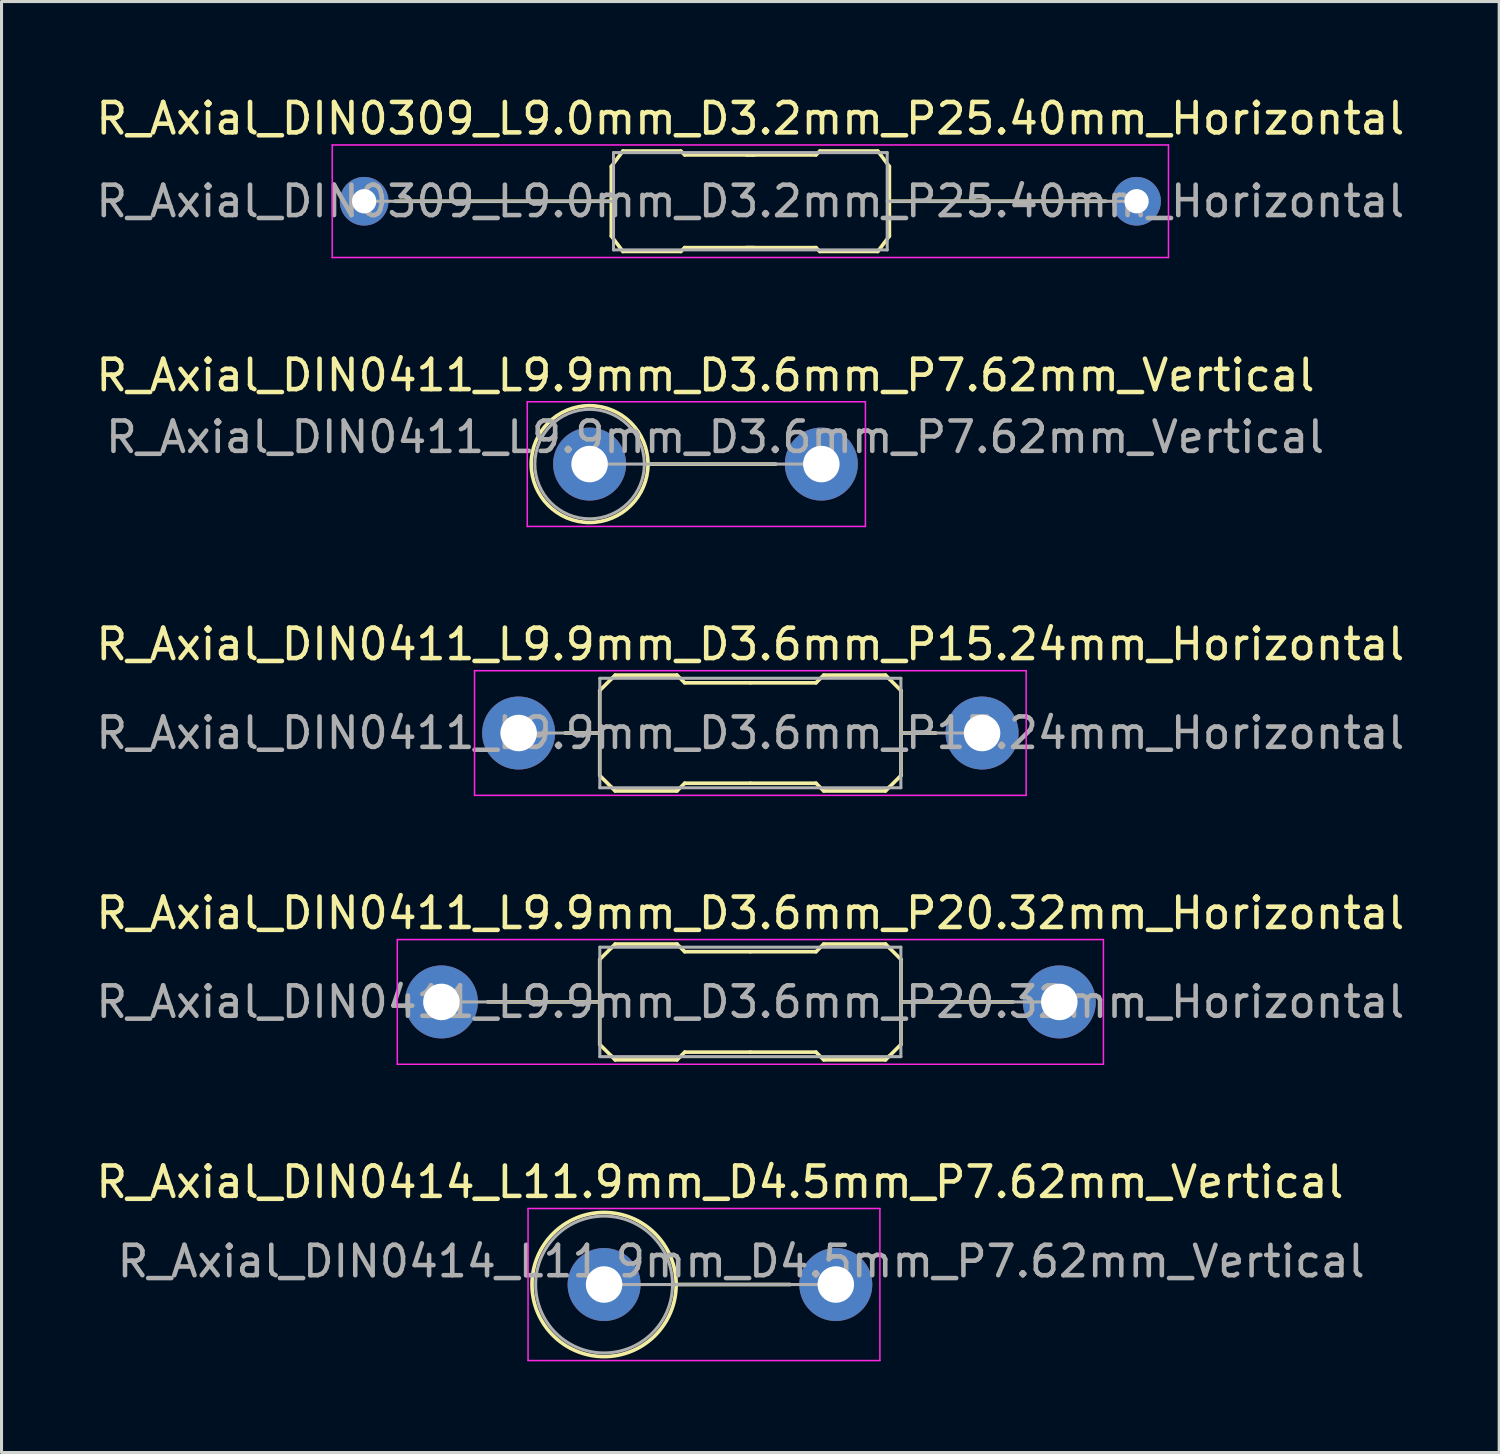
<source format=kicad_pcb>
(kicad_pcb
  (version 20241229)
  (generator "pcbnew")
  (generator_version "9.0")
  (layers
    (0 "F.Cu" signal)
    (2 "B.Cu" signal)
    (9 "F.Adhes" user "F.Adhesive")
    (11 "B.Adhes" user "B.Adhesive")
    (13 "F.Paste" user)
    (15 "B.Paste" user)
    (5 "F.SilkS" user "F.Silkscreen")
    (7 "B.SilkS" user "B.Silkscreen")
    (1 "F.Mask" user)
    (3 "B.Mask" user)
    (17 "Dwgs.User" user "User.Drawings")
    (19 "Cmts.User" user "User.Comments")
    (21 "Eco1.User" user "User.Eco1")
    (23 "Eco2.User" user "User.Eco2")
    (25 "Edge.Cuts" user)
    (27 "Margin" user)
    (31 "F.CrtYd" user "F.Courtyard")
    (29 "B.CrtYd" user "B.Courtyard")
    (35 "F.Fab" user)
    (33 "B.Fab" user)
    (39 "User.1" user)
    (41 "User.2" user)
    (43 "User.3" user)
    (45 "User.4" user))
  (footprint "R_Axial_DIN0411_L9.9mm_D3.6mm_P15.24mm_Horizontal"
    (layer "F.Cu")
    (at 14.005 21.055)
    (property "Reference" "R_Axial_DIN0411_L9.9mm_D3.6mm_P15.24mm_Horizontal" (at 7.62 -2.92 0) (layer "F.SilkS") (effects (font (size 1 1) (thickness 0.15))))
    (attr through_hole)
    (fp_line (start 2.667 -1.397) (end 3.048 -1.778) (stroke (width 0.12) (type solid)) (layer "F.SilkS"))
    (fp_line (start 2.667 0) (end 1.524 0) (stroke (width 0.12) (type solid)) (layer "F.SilkS"))
    (fp_line (start 2.667 1.397) (end 2.667 -1.397) (stroke (width 0.12) (type solid)) (layer "F.SilkS"))
    (fp_line (start 2.667 1.397) (end 3.048 1.778) (stroke (width 0.12) (type solid)) (layer "F.SilkS"))
    (fp_line (start 3.048 -1.778) (end 3.175 -1.905) (stroke (width 0.12) (type solid)) (layer "F.SilkS"))
    (fp_line (start 3.048 1.778) (end 3.175 1.905) (stroke (width 0.12) (type solid)) (layer "F.SilkS"))
    (fp_line (start 3.175 -1.905) (end 5.207 -1.905) (stroke (width 0.12) (type solid)) (layer "F.SilkS"))
    (fp_line (start 3.175 1.905) (end 5.207 1.905) (stroke (width 0.12) (type solid)) (layer "F.SilkS"))
    (fp_line (start 5.207 -1.905) (end 5.461 -1.651) (stroke (width 0.12) (type solid)) (layer "F.SilkS"))
    (fp_line (start 5.207 1.905) (end 5.461 1.651) (stroke (width 0.12) (type solid)) (layer "F.SilkS"))
    (fp_line (start 5.461 -1.651) (end 7.62 -1.651) (stroke (width 0.12) (type solid)) (layer "F.SilkS"))
    (fp_line (start 5.461 1.651) (end 7.62 1.651) (stroke (width 0.12) (type solid)) (layer "F.SilkS"))
    (fp_line (start 9.779 -1.651) (end 7.62 -1.651) (stroke (width 0.12) (type solid)) (layer "F.SilkS"))
    (fp_line (start 9.779 1.651) (end 7.62 1.651) (stroke (width 0.12) (type solid)) (layer "F.SilkS"))
    (fp_line (start 10.033 -1.905) (end 9.779 -1.651) (stroke (width 0.12) (type solid)) (layer "F.SilkS"))
    (fp_line (start 10.033 1.905) (end 9.779 1.651) (stroke (width 0.12) (type solid)) (layer "F.SilkS"))
    (fp_line (start 12.065 -1.905) (end 10.033 -1.905) (stroke (width 0.12) (type solid)) (layer "F.SilkS"))
    (fp_line (start 12.065 1.905) (end 10.033 1.905) (stroke (width 0.12) (type solid)) (layer "F.SilkS"))
    (fp_line (start 12.192 -1.778) (end 12.065 -1.905) (stroke (width 0.12) (type solid)) (layer "F.SilkS"))
    (fp_line (start 12.192 1.778) (end 12.065 1.905) (stroke (width 0.12) (type solid)) (layer "F.SilkS"))
    (fp_line (start 12.573 -1.397) (end 12.192 -1.778) (stroke (width 0.12) (type solid)) (layer "F.SilkS"))
    (fp_line (start 12.573 0) (end 13.716 0) (stroke (width 0.12) (type solid)) (layer "F.SilkS"))
    (fp_line (start 12.573 1.397) (end 12.192 1.778) (stroke (width 0.12) (type solid)) (layer "F.SilkS"))
    (fp_line (start 12.573 1.397) (end 12.573 -1.397) (stroke (width 0.12) (type solid)) (layer "F.SilkS"))
    (fp_line (start -1.45 -2.05) (end -1.45 2.05) (stroke (width 0.05) (type solid)) (layer "F.CrtYd"))
    (fp_line (start -1.45 2.05) (end 16.69 2.05) (stroke (width 0.05) (type solid)) (layer "F.CrtYd"))
    (fp_line (start 16.69 -2.05) (end -1.45 -2.05) (stroke (width 0.05) (type solid)) (layer "F.CrtYd"))
    (fp_line (start 16.69 2.05) (end 16.69 -2.05) (stroke (width 0.05) (type solid)) (layer "F.CrtYd"))
    (fp_line (start 0 0) (end 2.67 0) (stroke (width 0.1) (type solid)) (layer "F.Fab"))
    (fp_line (start 2.67 -1.8) (end 2.67 1.8) (stroke (width 0.1) (type solid)) (layer "F.Fab"))
    (fp_line (start 2.67 1.8) (end 12.57 1.8) (stroke (width 0.1) (type solid)) (layer "F.Fab"))
    (fp_line (start 12.57 -1.8) (end 2.67 -1.8) (stroke (width 0.1) (type solid)) (layer "F.Fab"))
    (fp_line (start 12.57 1.8) (end 12.57 -1.8) (stroke (width 0.1) (type solid)) (layer "F.Fab"))
    (fp_line (start 15.24 0) (end 12.57 0) (stroke (width 0.1) (type solid)) (layer "F.Fab"))
    (fp_text user "${REFERENCE}" (at 7.62 0 0) (layer "F.Fab") (effects (font (size 1 1) (thickness 0.15))))
    (pad "1" thru_hole circle (at 0 0) (size 2.4 2.4) (drill 1.2) (layers "*.Cu" "*.Mask"))
    (pad "2" thru_hole oval (at 15.24 0) (size 2.4 2.4) (drill 1.2) (layers "*.Cu" "*.Mask")))
  (footprint "R_Axial_DIN0309_L9.0mm_D3.2mm_P25.40mm_Horizontal"
    (layer "F.Cu")
    (at 8.925 3.568)
    (property "Reference" "R_Axial_DIN0309_L9.0mm_D3.2mm_P25.40mm_Horizontal" (at 12.7 -2.72 0) (layer "F.SilkS") (effects (font (size 1 1) (thickness 0.15))))
    (attr through_hole)
    (fp_line (start 8.128 -1.143) (end 8.509 -1.651) (stroke (width 0.12) (type solid)) (layer "F.SilkS"))
    (fp_line (start 8.128 0) (end 1.016 0) (stroke (width 0.12) (type solid)) (layer "F.SilkS"))
    (fp_line (start 8.128 1.143) (end 8.128 -1.143) (stroke (width 0.12) (type solid)) (layer "F.SilkS"))
    (fp_line (start 8.128 1.143) (end 8.509 1.651) (stroke (width 0.12) (type solid)) (layer "F.SilkS"))
    (fp_line (start 8.509 -1.651) (end 10.414 -1.651) (stroke (width 0.12) (type solid)) (layer "F.SilkS"))
    (fp_line (start 8.509 1.651) (end 10.414 1.651) (stroke (width 0.12) (type solid)) (layer "F.SilkS"))
    (fp_line (start 10.414 -1.651) (end 10.541 -1.524) (stroke (width 0.12) (type solid)) (layer "F.SilkS"))
    (fp_line (start 10.414 1.651) (end 10.541 1.524) (stroke (width 0.12) (type solid)) (layer "F.SilkS"))
    (fp_line (start 10.541 -1.524) (end 12.827 -1.524) (stroke (width 0.12) (type solid)) (layer "F.SilkS"))
    (fp_line (start 10.541 1.524) (end 12.827 1.524) (stroke (width 0.12) (type solid)) (layer "F.SilkS"))
    (fp_line (start 14.859 -1.524) (end 12.573 -1.524) (stroke (width 0.12) (type solid)) (layer "F.SilkS"))
    (fp_line (start 14.859 1.524) (end 12.573 1.524) (stroke (width 0.12) (type solid)) (layer "F.SilkS"))
    (fp_line (start 14.986 -1.651) (end 14.859 -1.524) (stroke (width 0.12) (type solid)) (layer "F.SilkS"))
    (fp_line (start 14.986 1.651) (end 14.859 1.524) (stroke (width 0.12) (type solid)) (layer "F.SilkS"))
    (fp_line (start 16.891 -1.651) (end 14.986 -1.651) (stroke (width 0.12) (type solid)) (layer "F.SilkS"))
    (fp_line (start 16.891 1.651) (end 14.986 1.651) (stroke (width 0.12) (type solid)) (layer "F.SilkS"))
    (fp_line (start 17.272 -1.143) (end 16.891 -1.651) (stroke (width 0.12) (type solid)) (layer "F.SilkS"))
    (fp_line (start 17.272 0) (end 24.384 0) (stroke (width 0.12) (type solid)) (layer "F.SilkS"))
    (fp_line (start 17.272 1.143) (end 16.891 1.651) (stroke (width 0.12) (type solid)) (layer "F.SilkS"))
    (fp_line (start 17.272 1.143) (end 17.272 -1.143) (stroke (width 0.12) (type solid)) (layer "F.SilkS"))
    (fp_line (start -1.05 -1.85) (end -1.05 1.85) (stroke (width 0.05) (type solid)) (layer "F.CrtYd"))
    (fp_line (start -1.05 1.85) (end 26.45 1.85) (stroke (width 0.05) (type solid)) (layer "F.CrtYd"))
    (fp_line (start 26.45 -1.85) (end -1.05 -1.85) (stroke (width 0.05) (type solid)) (layer "F.CrtYd"))
    (fp_line (start 26.45 1.85) (end 26.45 -1.85) (stroke (width 0.05) (type solid)) (layer "F.CrtYd"))
    (fp_line (start 0 0) (end 8.2 0) (stroke (width 0.1) (type solid)) (layer "F.Fab"))
    (fp_line (start 8.2 -1.6) (end 8.2 1.6) (stroke (width 0.1) (type solid)) (layer "F.Fab"))
    (fp_line (start 8.2 1.6) (end 17.2 1.6) (stroke (width 0.1) (type solid)) (layer "F.Fab"))
    (fp_line (start 17.2 -1.6) (end 8.2 -1.6) (stroke (width 0.1) (type solid)) (layer "F.Fab"))
    (fp_line (start 17.2 1.6) (end 17.2 -1.6) (stroke (width 0.1) (type solid)) (layer "F.Fab"))
    (fp_line (start 25.4 0) (end 17.2 0) (stroke (width 0.1) (type solid)) (layer "F.Fab"))
    (fp_text user "${REFERENCE}" (at 12.7 0 0) (layer "F.Fab") (effects (font (size 1 1) (thickness 0.15))))
    (pad "1" thru_hole circle (at 0 0) (size 1.6 1.6) (drill 0.8) (layers "*.Cu" "*.Mask"))
    (pad "2" thru_hole oval (at 25.4 0) (size 1.6 1.6) (drill 0.8) (layers "*.Cu" "*.Mask")))
  (footprint "R_Axial_DIN0411_L9.9mm_D3.6mm_P7.62mm_Vertical"
    (layer "F.Cu")
    (at 16.339 12.211)
    (property "Reference" "R_Axial_DIN0411_L9.9mm_D3.6mm_P7.62mm_Vertical" (at 3.81 -2.92 0) (layer "F.SilkS") (effects (font (size 1 1) (thickness 0.15))))
    (attr through_hole)
    (fp_line (start 1.92 0) (end 6.12 0) (stroke (width 0.12) (type solid)) (layer "F.SilkS"))
    (fp_circle (center 0 0) (end 1.92 0) (stroke (width 0.12) (type solid)) (fill no) (layer "F.SilkS"))
    (fp_line (start -2.05 -2.05) (end -2.05 2.05) (stroke (width 0.05) (type solid)) (layer "F.CrtYd"))
    (fp_line (start -2.05 2.05) (end 9.07 2.05) (stroke (width 0.05) (type solid)) (layer "F.CrtYd"))
    (fp_line (start 9.07 -2.05) (end -2.05 -2.05) (stroke (width 0.05) (type solid)) (layer "F.CrtYd"))
    (fp_line (start 9.07 2.05) (end 9.07 -2.05) (stroke (width 0.05) (type solid)) (layer "F.CrtYd"))
    (fp_line (start 0 0) (end 7.62 0) (stroke (width 0.1) (type solid)) (layer "F.Fab"))
    (fp_circle (center 0 0) (end 1.8 0) (stroke (width 0.1) (type solid)) (fill no) (layer "F.Fab"))
    (fp_text user "${REFERENCE}" (at 4.128 -0.889 0) (layer "F.Fab") (effects (font (size 1 1) (thickness 0.15))))
    (pad "1" thru_hole circle (at 0 0) (size 2.4 2.4) (drill 1.2) (layers "*.Cu" "*.Mask"))
    (pad "2" thru_hole oval (at 7.62 0) (size 2.4 2.4) (drill 1.2) (layers "*.Cu" "*.Mask")))
  (footprint "R_Axial_DIN0414_L11.9mm_D4.5mm_P7.62mm_Vertical"
    (layer "F.Cu")
    (at 16.815 39.191)
    (property "Reference" "R_Axial_DIN0414_L11.9mm_D4.5mm_P7.62mm_Vertical" (at 3.81 -3.37 0) (layer "F.SilkS") (effects (font (size 1 1) (thickness 0.15))))
    (attr through_hole)
    (fp_line (start 2.37 0) (end 6.12 0) (stroke (width 0.12) (type solid)) (layer "F.SilkS"))
    (fp_circle (center 0 0) (end 2.37 0) (stroke (width 0.12) (type solid)) (fill no) (layer "F.SilkS"))
    (fp_line (start -2.5 -2.5) (end -2.5 2.5) (stroke (width 0.05) (type solid)) (layer "F.CrtYd"))
    (fp_line (start -2.5 2.5) (end 9.07 2.5) (stroke (width 0.05) (type solid)) (layer "F.CrtYd"))
    (fp_line (start 9.07 -2.5) (end -2.5 -2.5) (stroke (width 0.05) (type solid)) (layer "F.CrtYd"))
    (fp_line (start 9.07 2.5) (end 9.07 -2.5) (stroke (width 0.05) (type solid)) (layer "F.CrtYd"))
    (fp_line (start 0 0) (end 7.62 0) (stroke (width 0.1) (type solid)) (layer "F.Fab"))
    (fp_circle (center 0 0) (end 2.25 0) (stroke (width 0.1) (type solid)) (fill no) (layer "F.Fab"))
    (fp_text user "${REFERENCE}" (at 4.508 -0.762 0) (layer "F.Fab") (effects (font (size 1 1) (thickness 0.15))))
    (pad "1" thru_hole circle (at 0 0) (size 2.4 2.4) (drill 1.2) (layers "*.Cu" "*.Mask"))
    (pad "2" thru_hole oval (at 7.62 0) (size 2.4 2.4) (drill 1.2) (layers "*.Cu" "*.Mask")))
  (footprint "R_Axial_DIN0411_L9.9mm_D3.6mm_P20.32mm_Horizontal"
    (layer "F.Cu")
    (at 11.465 29.898)
    (property "Reference" "R_Axial_DIN0411_L9.9mm_D3.6mm_P20.32mm_Horizontal" (at 10.16 -2.92 0) (layer "F.SilkS") (effects (font (size 1 1) (thickness 0.15))))
    (attr through_hole)
    (fp_line (start 5.207 -1.397) (end 5.588 -1.778) (stroke (width 0.12) (type solid)) (layer "F.SilkS"))
    (fp_line (start 5.207 0) (end 1.524 0) (stroke (width 0.12) (type solid)) (layer "F.SilkS"))
    (fp_line (start 5.207 1.397) (end 5.207 -1.397) (stroke (width 0.12) (type solid)) (layer "F.SilkS"))
    (fp_line (start 5.207 1.397) (end 5.588 1.778) (stroke (width 0.12) (type solid)) (layer "F.SilkS"))
    (fp_line (start 5.588 -1.778) (end 5.715 -1.905) (stroke (width 0.12) (type solid)) (layer "F.SilkS"))
    (fp_line (start 5.588 1.778) (end 5.715 1.905) (stroke (width 0.12) (type solid)) (layer "F.SilkS"))
    (fp_line (start 5.715 -1.905) (end 7.747 -1.905) (stroke (width 0.12) (type solid)) (layer "F.SilkS"))
    (fp_line (start 5.715 1.905) (end 7.747 1.905) (stroke (width 0.12) (type solid)) (layer "F.SilkS"))
    (fp_line (start 7.747 -1.905) (end 8.001 -1.651) (stroke (width 0.12) (type solid)) (layer "F.SilkS"))
    (fp_line (start 7.747 1.905) (end 8.001 1.651) (stroke (width 0.12) (type solid)) (layer "F.SilkS"))
    (fp_line (start 8.001 -1.651) (end 10.16 -1.651) (stroke (width 0.12) (type solid)) (layer "F.SilkS"))
    (fp_line (start 8.001 1.651) (end 10.16 1.651) (stroke (width 0.12) (type solid)) (layer "F.SilkS"))
    (fp_line (start 12.319 -1.651) (end 10.16 -1.651) (stroke (width 0.12) (type solid)) (layer "F.SilkS"))
    (fp_line (start 12.319 1.651) (end 10.16 1.651) (stroke (width 0.12) (type solid)) (layer "F.SilkS"))
    (fp_line (start 12.573 -1.905) (end 12.319 -1.651) (stroke (width 0.12) (type solid)) (layer "F.SilkS"))
    (fp_line (start 12.573 1.905) (end 12.319 1.651) (stroke (width 0.12) (type solid)) (layer "F.SilkS"))
    (fp_line (start 14.605 -1.905) (end 12.573 -1.905) (stroke (width 0.12) (type solid)) (layer "F.SilkS"))
    (fp_line (start 14.605 1.905) (end 12.573 1.905) (stroke (width 0.12) (type solid)) (layer "F.SilkS"))
    (fp_line (start 14.732 -1.778) (end 14.605 -1.905) (stroke (width 0.12) (type solid)) (layer "F.SilkS"))
    (fp_line (start 14.732 1.778) (end 14.605 1.905) (stroke (width 0.12) (type solid)) (layer "F.SilkS"))
    (fp_line (start 15.113 -1.397) (end 14.732 -1.778) (stroke (width 0.12) (type solid)) (layer "F.SilkS"))
    (fp_line (start 15.113 0) (end 18.796 0) (stroke (width 0.12) (type solid)) (layer "F.SilkS"))
    (fp_line (start 15.113 1.397) (end 14.732 1.778) (stroke (width 0.12) (type solid)) (layer "F.SilkS"))
    (fp_line (start 15.113 1.397) (end 15.113 -1.397) (stroke (width 0.12) (type solid)) (layer "F.SilkS"))
    (fp_line (start -1.45 -2.05) (end -1.45 2.05) (stroke (width 0.05) (type solid)) (layer "F.CrtYd"))
    (fp_line (start -1.45 2.05) (end 21.77 2.05) (stroke (width 0.05) (type solid)) (layer "F.CrtYd"))
    (fp_line (start 21.77 -2.05) (end -1.45 -2.05) (stroke (width 0.05) (type solid)) (layer "F.CrtYd"))
    (fp_line (start 21.77 2.05) (end 21.77 -2.05) (stroke (width 0.05) (type solid)) (layer "F.CrtYd"))
    (fp_line (start 0 0) (end 5.21 0) (stroke (width 0.1) (type solid)) (layer "F.Fab"))
    (fp_line (start 5.21 -1.8) (end 5.21 1.8) (stroke (width 0.1) (type solid)) (layer "F.Fab"))
    (fp_line (start 5.21 1.8) (end 15.11 1.8) (stroke (width 0.1) (type solid)) (layer "F.Fab"))
    (fp_line (start 15.11 -1.8) (end 5.21 -1.8) (stroke (width 0.1) (type solid)) (layer "F.Fab"))
    (fp_line (start 15.11 1.8) (end 15.11 -1.8) (stroke (width 0.1) (type solid)) (layer "F.Fab"))
    (fp_line (start 20.32 0) (end 15.11 0) (stroke (width 0.1) (type solid)) (layer "F.Fab"))
    (fp_text user "${REFERENCE}" (at 10.16 0 0) (layer "F.Fab") (effects (font (size 1 1) (thickness 0.15))))
    (pad "1" thru_hole circle (at 0 0) (size 2.4 2.4) (drill 1.2) (layers "*.Cu" "*.Mask"))
    (pad "2" thru_hole oval (at 20.32 0) (size 2.4 2.4) (drill 1.2) (layers "*.Cu" "*.Mask")))
  (gr_rect
    (start -3 -3)
    (end 46.25 44.716)
    (stroke (width 0.1) (type default))
    (fill no)
    (layer "Edge.Cuts")))
</source>
